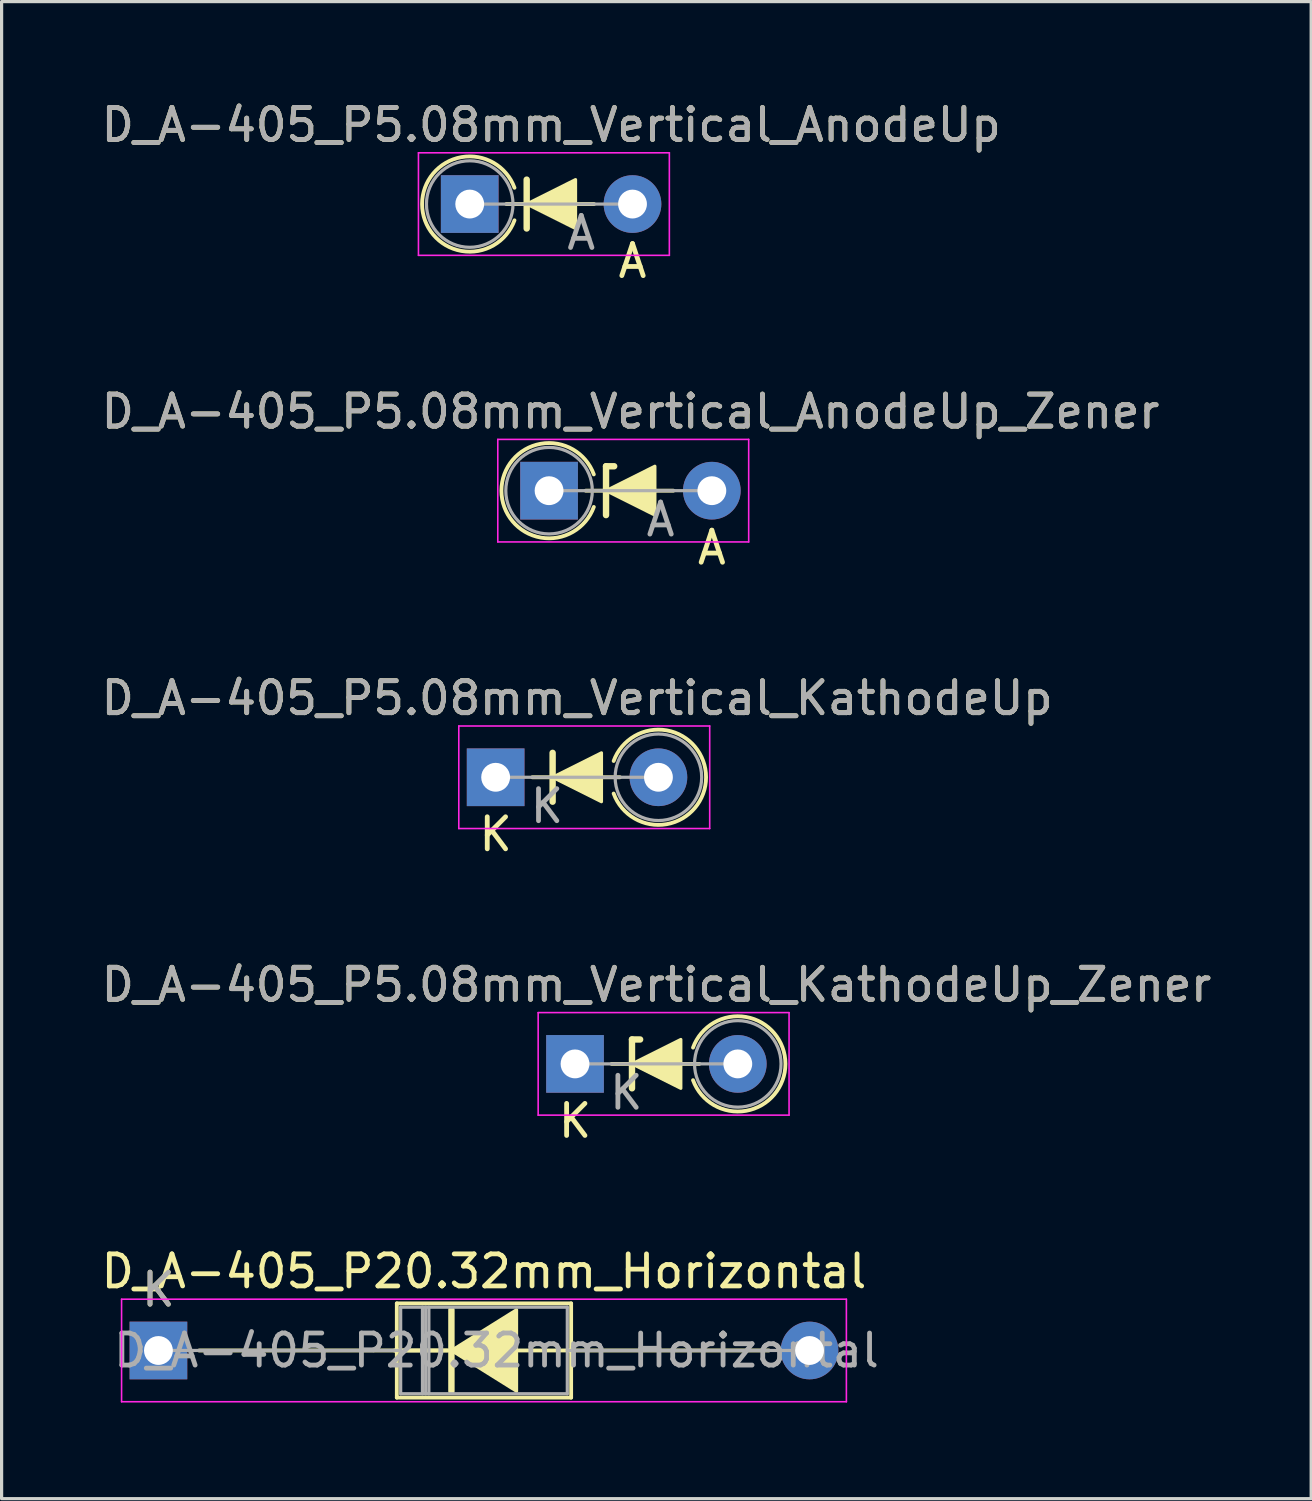
<source format=kicad_pcb>
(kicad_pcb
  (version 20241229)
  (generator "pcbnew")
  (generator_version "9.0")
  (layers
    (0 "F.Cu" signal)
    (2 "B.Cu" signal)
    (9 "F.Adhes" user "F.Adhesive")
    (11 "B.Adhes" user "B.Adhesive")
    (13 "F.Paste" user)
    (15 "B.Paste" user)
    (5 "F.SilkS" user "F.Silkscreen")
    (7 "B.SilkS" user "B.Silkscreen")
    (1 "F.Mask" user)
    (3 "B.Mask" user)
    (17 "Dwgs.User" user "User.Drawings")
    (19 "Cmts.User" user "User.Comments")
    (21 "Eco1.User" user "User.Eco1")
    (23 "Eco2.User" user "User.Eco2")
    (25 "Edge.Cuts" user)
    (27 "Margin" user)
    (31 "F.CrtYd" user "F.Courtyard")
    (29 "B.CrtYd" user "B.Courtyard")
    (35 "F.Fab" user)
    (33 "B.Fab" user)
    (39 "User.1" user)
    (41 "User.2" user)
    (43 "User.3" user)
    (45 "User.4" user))
  (footprint "D_A-405_P5.08mm_Vertical_KathodeUp"
    (layer "F.Cu")
    (at 12.418 21.207)
    (property "Reference" "D_A-405_P5.08mm_Vertical_KathodeUp" (at 2.54 -2.47 0) (layer "F.SilkS") (effects (font (size 1 1) (thickness 0.15))))
    (attr through_hole)
    (fp_line (start 1.143 0) (end 3.88 0) (stroke (width 0.12) (type solid)) (layer "F.SilkS"))
    (fp_line (start 1.778 -0.762) (end 1.778 0.762) (stroke (width 0.2) (type solid)) (layer "F.SilkS"))
    (fp_arc (start 3.683 -0.507999) (mid 6.566495 0.000001) (end 3.683 0.508) (stroke (width 0.12) (type solid)) (layer "F.SilkS"))
    (fp_poly (pts (xy 3.302 0.762) (xy 1.778 0) (xy 3.302 -0.762)) (stroke (width 0.1) (type solid)) (fill yes) (layer "F.SilkS"))
    (fp_line (start -1.15 -1.6) (end -1.15 1.6) (stroke (width 0.05) (type solid)) (layer "F.CrtYd"))
    (fp_line (start -1.15 1.6) (end 6.68 1.6) (stroke (width 0.05) (type solid)) (layer "F.CrtYd"))
    (fp_line (start 6.68 -1.6) (end -1.15 -1.6) (stroke (width 0.05) (type solid)) (layer "F.CrtYd"))
    (fp_line (start 6.68 1.6) (end 6.68 -1.6) (stroke (width 0.05) (type solid)) (layer "F.CrtYd"))
    (fp_line (start 0 0) (end 5.08 0) (stroke (width 0.1) (type solid)) (layer "F.Fab"))
    (fp_circle (center 5.08 0) (end 6.43 0) (stroke (width 0.1) (type solid)) (fill no) (layer "F.Fab"))
    (fp_text user "K" (at 0 1.778 0) (layer "F.SilkS") (effects (font (size 1 1) (thickness 0.15))))
    (fp_text user "K" (at 1.6 0.9 0) (layer "F.Fab") (effects (font (size 1 1) (thickness 0.15))))
    (fp_text user "${REFERENCE}" (at 2.54 -2.47 0) (layer "F.Fab") (effects (font (size 1 1) (thickness 0.15))))
    (pad "1" thru_hole rect (at 0 0) (size 1.8 1.8) (drill 0.9) (layers "*.Cu" "*.Mask"))
    (pad "2" thru_hole oval (at 5.08 0) (size 1.8 1.8) (drill 0.9) (layers "*.Cu" "*.Mask")))
  (footprint "D_A-405_P5.08mm_Vertical_KathodeUp_Zener"
    (layer "F.Cu")
    (at 14.895 30.152)
    (property "Reference" "D_A-405_P5.08mm_Vertical_KathodeUp_Zener" (at 2.54 -2.47 0) (layer "F.SilkS") (effects (font (size 1 1) (thickness 0.15))))
    (attr through_hole)
    (fp_line (start 1.143 0) (end 3.88 0) (stroke (width 0.12) (type solid)) (layer "F.SilkS"))
    (fp_line (start 1.778 -0.762) (end 1.778 0.762) (stroke (width 0.2) (type solid)) (layer "F.SilkS"))
    (fp_line (start 1.778 -0.762) (end 2.032 -0.762) (stroke (width 0.2) (type solid)) (layer "F.SilkS"))
    (fp_arc (start 3.683 -0.507999) (mid 6.566495 0.000001) (end 3.683 0.508) (stroke (width 0.12) (type solid)) (layer "F.SilkS"))
    (fp_poly (pts (xy 3.302 0.762) (xy 1.778 0) (xy 3.302 -0.762)) (stroke (width 0.1) (type solid)) (fill yes) (layer "F.SilkS"))
    (fp_line (start -1.15 -1.6) (end -1.15 1.6) (stroke (width 0.05) (type solid)) (layer "F.CrtYd"))
    (fp_line (start -1.15 1.6) (end 6.68 1.6) (stroke (width 0.05) (type solid)) (layer "F.CrtYd"))
    (fp_line (start 6.68 -1.6) (end -1.15 -1.6) (stroke (width 0.05) (type solid)) (layer "F.CrtYd"))
    (fp_line (start 6.68 1.6) (end 6.68 -1.6) (stroke (width 0.05) (type solid)) (layer "F.CrtYd"))
    (fp_line (start 0 0) (end 5.08 0) (stroke (width 0.1) (type solid)) (layer "F.Fab"))
    (fp_circle (center 5.08 0) (end 6.43 0) (stroke (width 0.1) (type solid)) (fill no) (layer "F.Fab"))
    (fp_text user "K" (at 0 1.778 0) (layer "F.SilkS") (effects (font (size 1 1) (thickness 0.15))))
    (fp_text user "${REFERENCE}" (at 2.54 -2.47 0) (layer "F.Fab") (effects (font (size 1 1) (thickness 0.15))))
    (fp_text user "K" (at 1.6 0.9 0) (layer "F.Fab") (effects (font (size 1 1) (thickness 0.15))))
    (pad "1" thru_hole rect (at 0 0) (size 1.8 1.8) (drill 0.9) (layers "*.Cu" "*.Mask"))
    (pad "2" thru_hole oval (at 5.08 0) (size 1.8 1.8) (drill 0.9) (layers "*.Cu" "*.Mask")))
  (footprint "D_A-405_P5.08mm_Vertical_AnodeUp_Zener"
    (layer "F.Cu")
    (at 14.085 12.263)
    (property "Reference" "D_A-405_P5.08mm_Vertical_AnodeUp_Zener" (at 2.54 -2.47 0) (layer "F.SilkS") (effects (font (size 1 1) (thickness 0.15))))
    (attr through_hole)
    (fp_line (start 1.143 0) (end 3.88 0) (stroke (width 0.12) (type solid)) (layer "F.SilkS"))
    (fp_line (start 1.778 -0.762) (end 1.778 0.762) (stroke (width 0.2) (type solid)) (layer "F.SilkS"))
    (fp_line (start 1.778 -0.762) (end 2.032 -0.762) (stroke (width 0.2) (type solid)) (layer "F.SilkS"))
    (fp_arc (start 1.396999 0.508) (mid -1.486496 0) (end 1.396999 -0.507999) (stroke (width 0.12) (type solid)) (layer "F.SilkS"))
    (fp_poly (pts (xy 3.302 0.762) (xy 1.778 0) (xy 3.302 -0.762)) (stroke (width 0.1) (type solid)) (fill yes) (layer "F.SilkS"))
    (fp_line (start -1.6 -1.6) (end -1.6 1.6) (stroke (width 0.05) (type solid)) (layer "F.CrtYd"))
    (fp_line (start -1.6 1.6) (end 6.23 1.6) (stroke (width 0.05) (type solid)) (layer "F.CrtYd"))
    (fp_line (start 6.23 -1.6) (end -1.6 -1.6) (stroke (width 0.05) (type solid)) (layer "F.CrtYd"))
    (fp_line (start 6.23 1.6) (end 6.23 -1.6) (stroke (width 0.05) (type solid)) (layer "F.CrtYd"))
    (fp_line (start 0 0) (end 5.08 0) (stroke (width 0.1) (type solid)) (layer "F.Fab"))
    (fp_circle (center 0 0) (end 1.35 0) (stroke (width 0.1) (type solid)) (fill no) (layer "F.Fab"))
    (fp_text user "A" (at 5.08 1.778 0) (layer "F.SilkS") (effects (font (size 1 1) (thickness 0.15))))
    (fp_text user "A" (at 3.48 0.9 0) (layer "F.Fab") (effects (font (size 1 1) (thickness 0.15))))
    (fp_text user "${REFERENCE}" (at 2.54 -2.47 0) (layer "F.Fab") (effects (font (size 1 1) (thickness 0.15))))
    (pad "1" thru_hole rect (at 0 0) (size 1.8 1.8) (drill 0.9) (layers "*.Cu" "*.Mask"))
    (pad "2" thru_hole oval (at 5.08 0) (size 1.8 1.8) (drill 0.9) (layers "*.Cu" "*.Mask")))
  (footprint "D_A-405_P20.32mm_Horizontal"
    (layer "F.Cu")
    (at 1.894 39.096)
    (property "Reference" "D_A-405_P20.32mm_Horizontal" (at 10.16 -2.47 0) (layer "F.SilkS") (effects (font (size 1 1) (thickness 0.15))))
    (attr through_hole)
    (fp_line (start 1.27 0) (end 7.44 0) (stroke (width 0.12) (type solid)) (layer "F.SilkS"))
    (fp_line (start 7.44 -1.47) (end 7.44 1.47) (stroke (width 0.12) (type solid)) (layer "F.SilkS"))
    (fp_line (start 7.44 1.47) (end 12.88 1.47) (stroke (width 0.12) (type solid)) (layer "F.SilkS"))
    (fp_line (start 7.61 0) (end 9.144 0) (stroke (width 0.12) (type solid)) (layer "F.SilkS"))
    (fp_line (start 9.01 0) (end 7.366 0) (stroke (width 0.12) (type solid)) (layer "F.SilkS"))
    (fp_line (start 9.144 -1.27) (end 9.144 1.27) (stroke (width 0.2) (type solid)) (layer "F.SilkS"))
    (fp_line (start 12.88 -1.47) (end 7.44 -1.47) (stroke (width 0.12) (type solid)) (layer "F.SilkS"))
    (fp_line (start 12.88 0) (end 11.239 0) (stroke (width 0.12) (type solid)) (layer "F.SilkS"))
    (fp_line (start 12.88 1.47) (end 12.88 -1.47) (stroke (width 0.12) (type solid)) (layer "F.SilkS"))
    (fp_line (start 19.05 0) (end 12.88 0) (stroke (width 0.12) (type solid)) (layer "F.SilkS"))
    (fp_poly (pts (xy 11.176 1.27) (xy 9.144 0) (xy 11.176 -1.27)) (stroke (width 0.1) (type solid)) (fill yes) (layer "F.SilkS"))
    (fp_line (start -1.15 -1.6) (end -1.15 1.6) (stroke (width 0.05) (type solid)) (layer "F.CrtYd"))
    (fp_line (start -1.15 1.6) (end 21.47 1.6) (stroke (width 0.05) (type solid)) (layer "F.CrtYd"))
    (fp_line (start 21.47 -1.6) (end -1.15 -1.6) (stroke (width 0.05) (type solid)) (layer "F.CrtYd"))
    (fp_line (start 21.47 1.6) (end 21.47 -1.6) (stroke (width 0.05) (type solid)) (layer "F.CrtYd"))
    (fp_line (start 0 0) (end 7.56 0) (stroke (width 0.1) (type solid)) (layer "F.Fab"))
    (fp_line (start 7.56 -1.35) (end 7.56 1.35) (stroke (width 0.1) (type solid)) (layer "F.Fab"))
    (fp_line (start 7.56 1.35) (end 12.76 1.35) (stroke (width 0.1) (type solid)) (layer "F.Fab"))
    (fp_line (start 8.24 -1.35) (end 8.24 1.35) (stroke (width 0.1) (type solid)) (layer "F.Fab"))
    (fp_line (start 8.34 -1.35) (end 8.34 1.35) (stroke (width 0.1) (type solid)) (layer "F.Fab"))
    (fp_line (start 8.44 -1.35) (end 8.44 1.35) (stroke (width 0.1) (type solid)) (layer "F.Fab"))
    (fp_line (start 12.76 -1.35) (end 7.56 -1.35) (stroke (width 0.1) (type solid)) (layer "F.Fab"))
    (fp_line (start 12.76 1.35) (end 12.76 -1.35) (stroke (width 0.1) (type solid)) (layer "F.Fab"))
    (fp_line (start 20.32 0) (end 12.76 0) (stroke (width 0.1) (type solid)) (layer "F.Fab"))
    (fp_text user "K" (at 0 -1.9 0) (layer "F.SilkS") (effects (font (size 1 1) (thickness 0.15))))
    (fp_text user "K" (at 0 -1.9 0) (layer "F.Fab") (effects (font (size 1 1) (thickness 0.15))))
    (fp_text user "${REFERENCE}" (at 10.55 0 0) (layer "F.Fab") (effects (font (size 1 1) (thickness 0.15))))
    (pad "1" thru_hole rect (at 0 0) (size 1.8 1.8) (drill 0.9) (layers "*.Cu" "*.Mask"))
    (pad "2" thru_hole oval (at 20.32 0) (size 1.8 1.8) (drill 0.9) (layers "*.Cu" "*.Mask")))
  (footprint "D_A-405_P5.08mm_Vertical_AnodeUp"
    (layer "F.Cu")
    (at 11.609 3.318)
    (property "Reference" "D_A-405_P5.08mm_Vertical_AnodeUp" (at 2.54 -2.47 0) (layer "F.SilkS") (effects (font (size 1 1) (thickness 0.15))))
    (attr through_hole)
    (fp_line (start 1.143 0) (end 3.88 0) (stroke (width 0.12) (type solid)) (layer "F.SilkS"))
    (fp_line (start 1.778 -0.762) (end 1.778 0.762) (stroke (width 0.2) (type solid)) (layer "F.SilkS"))
    (fp_arc (start 1.396999 0.508) (mid -1.486496 0) (end 1.396999 -0.507999) (stroke (width 0.12) (type solid)) (layer "F.SilkS"))
    (fp_poly (pts (xy 3.302 0.762) (xy 1.778 0) (xy 3.302 -0.762)) (stroke (width 0.1) (type solid)) (fill yes) (layer "F.SilkS"))
    (fp_line (start -1.6 -1.6) (end -1.6 1.6) (stroke (width 0.05) (type solid)) (layer "F.CrtYd"))
    (fp_line (start -1.6 1.6) (end 6.23 1.6) (stroke (width 0.05) (type solid)) (layer "F.CrtYd"))
    (fp_line (start 6.23 -1.6) (end -1.6 -1.6) (stroke (width 0.05) (type solid)) (layer "F.CrtYd"))
    (fp_line (start 6.23 1.6) (end 6.23 -1.6) (stroke (width 0.05) (type solid)) (layer "F.CrtYd"))
    (fp_line (start 0 0) (end 5.08 0) (stroke (width 0.1) (type solid)) (layer "F.Fab"))
    (fp_circle (center 0 0) (end 1.35 0) (stroke (width 0.1) (type solid)) (fill no) (layer "F.Fab"))
    (fp_text user "A" (at 5.08 1.778 0) (layer "F.SilkS") (effects (font (size 1 1) (thickness 0.15))))
    (fp_text user "${REFERENCE}" (at 2.54 -2.47 0) (layer "F.Fab") (effects (font (size 1 1) (thickness 0.15))))
    (fp_text user "A" (at 3.48 0.9 0) (layer "F.Fab") (effects (font (size 1 1) (thickness 0.15))))
    (pad "1" thru_hole rect (at 0 0) (size 1.8 1.8) (drill 0.9) (layers "*.Cu" "*.Mask"))
    (pad "2" thru_hole oval (at 5.08 0) (size 1.8 1.8) (drill 0.9) (layers "*.Cu" "*.Mask")))
  (gr_rect
    (start -3 -3)
    (end 37.869 43.721)
    (stroke (width 0.1) (type default))
    (fill no)
    (layer "Edge.Cuts")))
</source>
